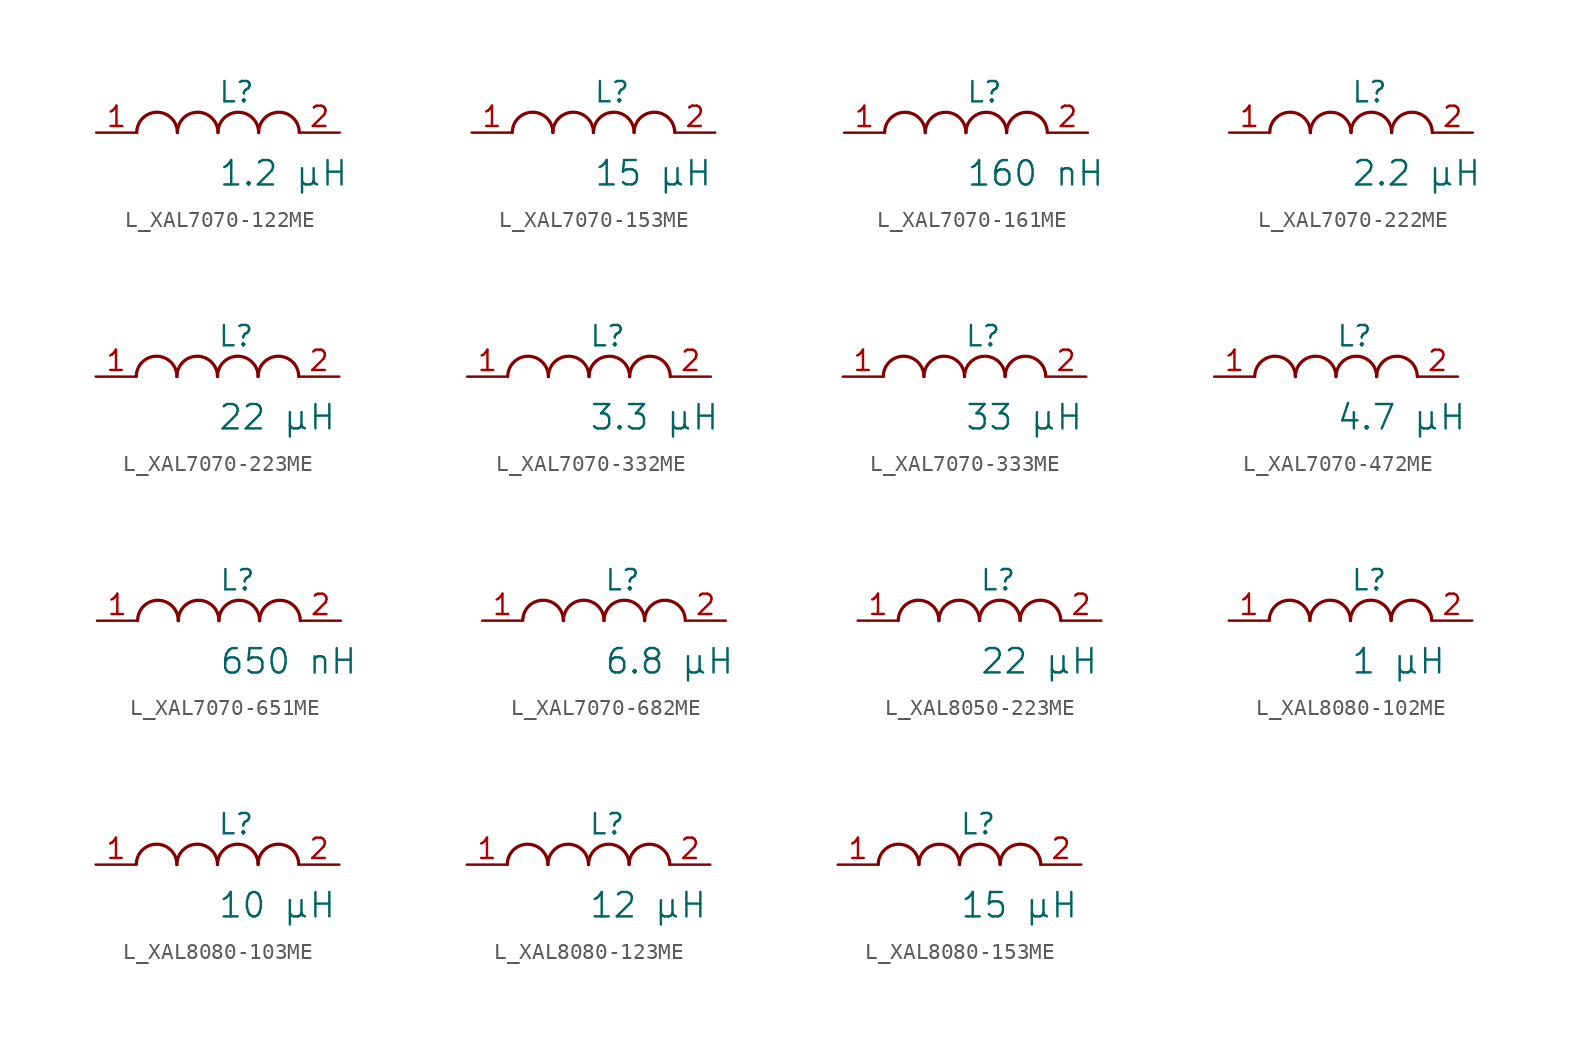
<source format=kicad_sym>
(kicad_symbol_lib
  (version 20231120)
  (generator "kicad_symbol_editor")
  (generator_version "8.0")
  (symbol "L_XAL7070-122ME"
    (pin_names
      (offset 0.254))
    (property "Reference" "L"
      (at 0 2.54 0)
      (effects (font (size 1.27 1.27)) (justify left)))
    (property "Value" "1.2 µH"
      (at 0 -2.54 0)
      (effects (font (size 1.524 1.524)) (justify left)))
    (symbol "L_XAL7070-122ME_1_1"
      (arc (start -2.54 0.0056) (mid -3.81 1.27) (end -5.08 0.0056) (stroke (width 0.2032) (type default)) (fill (type none)))
      (arc (start 0 0.0056) (mid -1.27 1.27) (end -2.54 0.0056) (stroke (width 0.2032) (type default)) (fill (type none)))
      (arc (start 2.54 0.0056) (mid 1.27 1.27) (end 0 0.0056) (stroke (width 0.2032) (type default)) (fill (type none)))
      (arc (start 5.08 0.0056) (mid 3.81 1.27) (end 2.54 0.0056) (stroke (width 0.2032) (type default)) (fill (type none)))
      (pin unspecified line (at -7.62 0 0) (length 2.54) (name "" (effects (font (size 1.27 1.27)))) (number "1" (effects (font (size 1.27 1.27)))))
      (pin unspecified line (at 7.62 0 180) (length 2.54) (name "" (effects (font (size 1.27 1.27)))) (number "2" (effects (font (size 1.27 1.27)))))))
  (symbol "L_XAL7070-153ME"
    (pin_names
      (offset 0.254))
    (property "Reference" "L"
      (at 0 2.54 0)
      (effects (font (size 1.27 1.27)) (justify left)))
    (property "Value" "15 µH"
      (at 0 -2.54 0)
      (effects (font (size 1.524 1.524)) (justify left)))
    (symbol "L_XAL7070-153ME_1_1"
      (arc (start -2.54 0.0056) (mid -3.81 1.27) (end -5.08 0.0056) (stroke (width 0.2032) (type default)) (fill (type none)))
      (arc (start 0 0.0056) (mid -1.27 1.27) (end -2.54 0.0056) (stroke (width 0.2032) (type default)) (fill (type none)))
      (arc (start 2.54 0.0056) (mid 1.27 1.27) (end 0 0.0056) (stroke (width 0.2032) (type default)) (fill (type none)))
      (arc (start 5.08 0.0056) (mid 3.81 1.27) (end 2.54 0.0056) (stroke (width 0.2032) (type default)) (fill (type none)))
      (pin unspecified line (at -7.62 0 0) (length 2.54) (name "" (effects (font (size 1.27 1.27)))) (number "1" (effects (font (size 1.27 1.27)))))
      (pin unspecified line (at 7.62 0 180) (length 2.54) (name "" (effects (font (size 1.27 1.27)))) (number "2" (effects (font (size 1.27 1.27)))))))
  (symbol "L_XAL7070-161ME"
    (pin_names
      (offset 0.254))
    (property "Reference" "L"
      (at 0 2.54 0)
      (effects (font (size 1.27 1.27)) (justify left)))
    (property "Value" "160 nH"
      (at 0 -2.54 0)
      (effects (font (size 1.524 1.524)) (justify left)))
    (symbol "L_XAL7070-161ME_1_1"
      (arc (start -2.54 0.0056) (mid -3.81 1.27) (end -5.08 0.0056) (stroke (width 0.2032) (type default)) (fill (type none)))
      (arc (start 0 0.0056) (mid -1.27 1.27) (end -2.54 0.0056) (stroke (width 0.2032) (type default)) (fill (type none)))
      (arc (start 2.54 0.0056) (mid 1.27 1.27) (end 0 0.0056) (stroke (width 0.2032) (type default)) (fill (type none)))
      (arc (start 5.08 0.0056) (mid 3.81 1.27) (end 2.54 0.0056) (stroke (width 0.2032) (type default)) (fill (type none)))
      (pin unspecified line (at -7.62 0 0) (length 2.54) (name "" (effects (font (size 1.27 1.27)))) (number "1" (effects (font (size 1.27 1.27)))))
      (pin unspecified line (at 7.62 0 180) (length 2.54) (name "" (effects (font (size 1.27 1.27)))) (number "2" (effects (font (size 1.27 1.27)))))))
  (symbol "L_XAL7070-222ME"
    (pin_names
      (offset 0.254))
    (property "Reference" "L"
      (at 0 2.54 0)
      (effects (font (size 1.27 1.27)) (justify left)))
    (property "Value" "2.2 µH"
      (at 0 -2.54 0)
      (effects (font (size 1.524 1.524)) (justify left)))
    (symbol "L_XAL7070-222ME_1_1"
      (arc (start -2.54 0.0056) (mid -3.81 1.27) (end -5.08 0.0056) (stroke (width 0.2032) (type default)) (fill (type none)))
      (arc (start 0 0.0056) (mid -1.27 1.27) (end -2.54 0.0056) (stroke (width 0.2032) (type default)) (fill (type none)))
      (arc (start 2.54 0.0056) (mid 1.27 1.27) (end 0 0.0056) (stroke (width 0.2032) (type default)) (fill (type none)))
      (arc (start 5.08 0.0056) (mid 3.81 1.27) (end 2.54 0.0056) (stroke (width 0.2032) (type default)) (fill (type none)))
      (pin unspecified line (at -7.62 0 0) (length 2.54) (name "" (effects (font (size 1.27 1.27)))) (number "1" (effects (font (size 1.27 1.27)))))
      (pin unspecified line (at 7.62 0 180) (length 2.54) (name "" (effects (font (size 1.27 1.27)))) (number "2" (effects (font (size 1.27 1.27)))))))
  (symbol "L_XAL7070-223ME"
    (pin_names
      (offset 0.254))
    (property "Reference" "L"
      (at 0 2.54 0)
      (effects (font (size 1.27 1.27)) (justify left)))
    (property "Value" "22 µH"
      (at 0 -2.54 0)
      (effects (font (size 1.524 1.524)) (justify left)))
    (symbol "L_XAL7070-223ME_1_1"
      (arc (start -2.54 0.0056) (mid -3.81 1.27) (end -5.08 0.0056) (stroke (width 0.2032) (type default)) (fill (type none)))
      (arc (start 0 0.0056) (mid -1.27 1.27) (end -2.54 0.0056) (stroke (width 0.2032) (type default)) (fill (type none)))
      (arc (start 2.54 0.0056) (mid 1.27 1.27) (end 0 0.0056) (stroke (width 0.2032) (type default)) (fill (type none)))
      (arc (start 5.08 0.0056) (mid 3.81 1.27) (end 2.54 0.0056) (stroke (width 0.2032) (type default)) (fill (type none)))
      (pin unspecified line (at -7.62 0 0) (length 2.54) (name "" (effects (font (size 1.27 1.27)))) (number "1" (effects (font (size 1.27 1.27)))))
      (pin unspecified line (at 7.62 0 180) (length 2.54) (name "" (effects (font (size 1.27 1.27)))) (number "2" (effects (font (size 1.27 1.27)))))))
  (symbol "L_XAL7070-332ME"
    (pin_names
      (offset 0.254))
    (property "Reference" "L"
      (at 0 2.54 0)
      (effects (font (size 1.27 1.27)) (justify left)))
    (property "Value" "3.3 µH"
      (at 0 -2.54 0)
      (effects (font (size 1.524 1.524)) (justify left)))
    (symbol "L_XAL7070-332ME_1_1"
      (arc (start -2.54 0.0056) (mid -3.81 1.27) (end -5.08 0.0056) (stroke (width 0.2032) (type default)) (fill (type none)))
      (arc (start 0 0.0056) (mid -1.27 1.27) (end -2.54 0.0056) (stroke (width 0.2032) (type default)) (fill (type none)))
      (arc (start 2.54 0.0056) (mid 1.27 1.27) (end 0 0.0056) (stroke (width 0.2032) (type default)) (fill (type none)))
      (arc (start 5.08 0.0056) (mid 3.81 1.27) (end 2.54 0.0056) (stroke (width 0.2032) (type default)) (fill (type none)))
      (pin unspecified line (at -7.62 0 0) (length 2.54) (name "" (effects (font (size 1.27 1.27)))) (number "1" (effects (font (size 1.27 1.27)))))
      (pin unspecified line (at 7.62 0 180) (length 2.54) (name "" (effects (font (size 1.27 1.27)))) (number "2" (effects (font (size 1.27 1.27)))))))
  (symbol "L_XAL7070-333ME"
    (pin_names
      (offset 0.254))
    (property "Reference" "L"
      (at 0 2.54 0)
      (effects (font (size 1.27 1.27)) (justify left)))
    (property "Value" "33 µH"
      (at 0 -2.54 0)
      (effects (font (size 1.524 1.524)) (justify left)))
    (symbol "L_XAL7070-333ME_1_1"
      (arc (start -2.54 0.0056) (mid -3.81 1.27) (end -5.08 0.0056) (stroke (width 0.2032) (type default)) (fill (type none)))
      (arc (start 0 0.0056) (mid -1.27 1.27) (end -2.54 0.0056) (stroke (width 0.2032) (type default)) (fill (type none)))
      (arc (start 2.54 0.0056) (mid 1.27 1.27) (end 0 0.0056) (stroke (width 0.2032) (type default)) (fill (type none)))
      (arc (start 5.08 0.0056) (mid 3.81 1.27) (end 2.54 0.0056) (stroke (width 0.2032) (type default)) (fill (type none)))
      (pin unspecified line (at -7.62 0 0) (length 2.54) (name "" (effects (font (size 1.27 1.27)))) (number "1" (effects (font (size 1.27 1.27)))))
      (pin unspecified line (at 7.62 0 180) (length 2.54) (name "" (effects (font (size 1.27 1.27)))) (number "2" (effects (font (size 1.27 1.27)))))))
  (symbol "L_XAL7070-472ME"
    (pin_names
      (offset 0.254))
    (property "Reference" "L"
      (at 0 2.54 0)
      (effects (font (size 1.27 1.27)) (justify left)))
    (property "Value" "4.7 µH"
      (at 0 -2.54 0)
      (effects (font (size 1.524 1.524)) (justify left)))
    (symbol "L_XAL7070-472ME_1_1"
      (arc (start -2.54 0.0056) (mid -3.81 1.27) (end -5.08 0.0056) (stroke (width 0.2032) (type default)) (fill (type none)))
      (arc (start 0 0.0056) (mid -1.27 1.27) (end -2.54 0.0056) (stroke (width 0.2032) (type default)) (fill (type none)))
      (arc (start 2.54 0.0056) (mid 1.27 1.27) (end 0 0.0056) (stroke (width 0.2032) (type default)) (fill (type none)))
      (arc (start 5.08 0.0056) (mid 3.81 1.27) (end 2.54 0.0056) (stroke (width 0.2032) (type default)) (fill (type none)))
      (pin unspecified line (at -7.62 0 0) (length 2.54) (name "" (effects (font (size 1.27 1.27)))) (number "1" (effects (font (size 1.27 1.27)))))
      (pin unspecified line (at 7.62 0 180) (length 2.54) (name "" (effects (font (size 1.27 1.27)))) (number "2" (effects (font (size 1.27 1.27)))))))
  (symbol "L_XAL7070-651ME"
    (pin_names
      (offset 0.254))
    (property "Reference" "L"
      (at 0 2.54 0)
      (effects (font (size 1.27 1.27)) (justify left)))
    (property "Value" "650 nH"
      (at 0 -2.54 0)
      (effects (font (size 1.524 1.524)) (justify left)))
    (symbol "L_XAL7070-651ME_1_1"
      (arc (start -2.54 0.0056) (mid -3.81 1.27) (end -5.08 0.0056) (stroke (width 0.2032) (type default)) (fill (type none)))
      (arc (start 0 0.0056) (mid -1.27 1.27) (end -2.54 0.0056) (stroke (width 0.2032) (type default)) (fill (type none)))
      (arc (start 2.54 0.0056) (mid 1.27 1.27) (end 0 0.0056) (stroke (width 0.2032) (type default)) (fill (type none)))
      (arc (start 5.08 0.0056) (mid 3.81 1.27) (end 2.54 0.0056) (stroke (width 0.2032) (type default)) (fill (type none)))
      (pin unspecified line (at -7.62 0 0) (length 2.54) (name "" (effects (font (size 1.27 1.27)))) (number "1" (effects (font (size 1.27 1.27)))))
      (pin unspecified line (at 7.62 0 180) (length 2.54) (name "" (effects (font (size 1.27 1.27)))) (number "2" (effects (font (size 1.27 1.27)))))))
  (symbol "L_XAL7070-682ME"
    (pin_names
      (offset 0.254))
    (property "Reference" "L"
      (at 0 2.54 0)
      (effects (font (size 1.27 1.27)) (justify left)))
    (property "Value" "6.8 µH"
      (at 0 -2.54 0)
      (effects (font (size 1.524 1.524)) (justify left)))
    (symbol "L_XAL7070-682ME_1_1"
      (arc (start -2.54 0.0056) (mid -3.81 1.27) (end -5.08 0.0056) (stroke (width 0.2032) (type default)) (fill (type none)))
      (arc (start 0 0.0056) (mid -1.27 1.27) (end -2.54 0.0056) (stroke (width 0.2032) (type default)) (fill (type none)))
      (arc (start 2.54 0.0056) (mid 1.27 1.27) (end 0 0.0056) (stroke (width 0.2032) (type default)) (fill (type none)))
      (arc (start 5.08 0.0056) (mid 3.81 1.27) (end 2.54 0.0056) (stroke (width 0.2032) (type default)) (fill (type none)))
      (pin unspecified line (at -7.62 0 0) (length 2.54) (name "" (effects (font (size 1.27 1.27)))) (number "1" (effects (font (size 1.27 1.27)))))
      (pin unspecified line (at 7.62 0 180) (length 2.54) (name "" (effects (font (size 1.27 1.27)))) (number "2" (effects (font (size 1.27 1.27)))))))
  (symbol "L_XAL8050-223ME"
    (pin_names
      (offset 0.254))
    (property "Reference" "L"
      (at 0 2.54 0)
      (effects (font (size 1.27 1.27)) (justify left)))
    (property "Value" "22 µH"
      (at 0 -2.54 0)
      (effects (font (size 1.524 1.524)) (justify left)))
    (symbol "L_XAL8050-223ME_1_1"
      (arc (start -2.54 0.0056) (mid -3.81 1.27) (end -5.08 0.0056) (stroke (width 0.2032) (type default)) (fill (type none)))
      (arc (start 0 0.0056) (mid -1.27 1.27) (end -2.54 0.0056) (stroke (width 0.2032) (type default)) (fill (type none)))
      (arc (start 2.54 0.0056) (mid 1.27 1.27) (end 0 0.0056) (stroke (width 0.2032) (type default)) (fill (type none)))
      (arc (start 5.08 0.0056) (mid 3.81 1.27) (end 2.54 0.0056) (stroke (width 0.2032) (type default)) (fill (type none)))
      (pin unspecified line (at -7.62 0 0) (length 2.54) (name "" (effects (font (size 1.27 1.27)))) (number "1" (effects (font (size 1.27 1.27)))))
      (pin unspecified line (at 7.62 0 180) (length 2.54) (name "" (effects (font (size 1.27 1.27)))) (number "2" (effects (font (size 1.27 1.27)))))))
  (symbol "L_XAL8080-102ME"
    (pin_names
      (offset 0.254))
    (property "Reference" "L"
      (at 0 2.54 0)
      (effects (font (size 1.27 1.27)) (justify left)))
    (property "Value" "1 µH"
      (at 0 -2.54 0)
      (effects (font (size 1.524 1.524)) (justify left)))
    (symbol "L_XAL8080-102ME_1_1"
      (arc (start -2.54 0.0056) (mid -3.81 1.27) (end -5.08 0.0056) (stroke (width 0.2032) (type default)) (fill (type none)))
      (arc (start 0 0.0056) (mid -1.27 1.27) (end -2.54 0.0056) (stroke (width 0.2032) (type default)) (fill (type none)))
      (arc (start 2.54 0.0056) (mid 1.27 1.27) (end 0 0.0056) (stroke (width 0.2032) (type default)) (fill (type none)))
      (arc (start 5.08 0.0056) (mid 3.81 1.27) (end 2.54 0.0056) (stroke (width 0.2032) (type default)) (fill (type none)))
      (pin unspecified line (at -7.62 0 0) (length 2.54) (name "" (effects (font (size 1.27 1.27)))) (number "1" (effects (font (size 1.27 1.27)))))
      (pin unspecified line (at 7.62 0 180) (length 2.54) (name "" (effects (font (size 1.27 1.27)))) (number "2" (effects (font (size 1.27 1.27)))))))
  (symbol "L_XAL8080-103ME"
    (pin_names
      (offset 0.254))
    (property "Reference" "L"
      (at 0 2.54 0)
      (effects (font (size 1.27 1.27)) (justify left)))
    (property "Value" "10 µH"
      (at 0 -2.54 0)
      (effects (font (size 1.524 1.524)) (justify left)))
    (symbol "L_XAL8080-103ME_1_1"
      (arc (start -2.54 0.0056) (mid -3.81 1.27) (end -5.08 0.0056) (stroke (width 0.2032) (type default)) (fill (type none)))
      (arc (start 0 0.0056) (mid -1.27 1.27) (end -2.54 0.0056) (stroke (width 0.2032) (type default)) (fill (type none)))
      (arc (start 2.54 0.0056) (mid 1.27 1.27) (end 0 0.0056) (stroke (width 0.2032) (type default)) (fill (type none)))
      (arc (start 5.08 0.0056) (mid 3.81 1.27) (end 2.54 0.0056) (stroke (width 0.2032) (type default)) (fill (type none)))
      (pin unspecified line (at -7.62 0 0) (length 2.54) (name "" (effects (font (size 1.27 1.27)))) (number "1" (effects (font (size 1.27 1.27)))))
      (pin unspecified line (at 7.62 0 180) (length 2.54) (name "" (effects (font (size 1.27 1.27)))) (number "2" (effects (font (size 1.27 1.27)))))))
  (symbol "L_XAL8080-123ME"
    (pin_names
      (offset 0.254))
    (property "Reference" "L"
      (at 0 2.54 0)
      (effects (font (size 1.27 1.27)) (justify left)))
    (property "Value" "12 µH"
      (at 0 -2.54 0)
      (effects (font (size 1.524 1.524)) (justify left)))
    (symbol "L_XAL8080-123ME_1_1"
      (arc (start -2.54 0.0056) (mid -3.81 1.27) (end -5.08 0.0056) (stroke (width 0.2032) (type default)) (fill (type none)))
      (arc (start 0 0.0056) (mid -1.27 1.27) (end -2.54 0.0056) (stroke (width 0.2032) (type default)) (fill (type none)))
      (arc (start 2.54 0.0056) (mid 1.27 1.27) (end 0 0.0056) (stroke (width 0.2032) (type default)) (fill (type none)))
      (arc (start 5.08 0.0056) (mid 3.81 1.27) (end 2.54 0.0056) (stroke (width 0.2032) (type default)) (fill (type none)))
      (pin unspecified line (at -7.62 0 0) (length 2.54) (name "" (effects (font (size 1.27 1.27)))) (number "1" (effects (font (size 1.27 1.27)))))
      (pin unspecified line (at 7.62 0 180) (length 2.54) (name "" (effects (font (size 1.27 1.27)))) (number "2" (effects (font (size 1.27 1.27)))))))
  (symbol "L_XAL8080-153ME"
    (pin_names
      (offset 0.254))
    (property "Reference" "L"
      (at 0 2.54 0)
      (effects (font (size 1.27 1.27)) (justify left)))
    (property "Value" "15 µH"
      (at 0 -2.54 0)
      (effects (font (size 1.524 1.524)) (justify left)))
    (symbol "L_XAL8080-153ME_1_1"
      (arc (start -2.54 0.0056) (mid -3.81 1.27) (end -5.08 0.0056) (stroke (width 0.2032) (type default)) (fill (type none)))
      (arc (start 0 0.0056) (mid -1.27 1.27) (end -2.54 0.0056) (stroke (width 0.2032) (type default)) (fill (type none)))
      (arc (start 2.54 0.0056) (mid 1.27 1.27) (end 0 0.0056) (stroke (width 0.2032) (type default)) (fill (type none)))
      (arc (start 5.08 0.0056) (mid 3.81 1.27) (end 2.54 0.0056) (stroke (width 0.2032) (type default)) (fill (type none)))
      (pin unspecified line (at -7.62 0 0) (length 2.54) (name "" (effects (font (size 1.27 1.27)))) (number "1" (effects (font (size 1.27 1.27)))))
      (pin unspecified line (at 7.62 0 180) (length 2.54) (name "" (effects (font (size 1.27 1.27)))) (number "2" (effects (font (size 1.27 1.27))))))))
</source>
